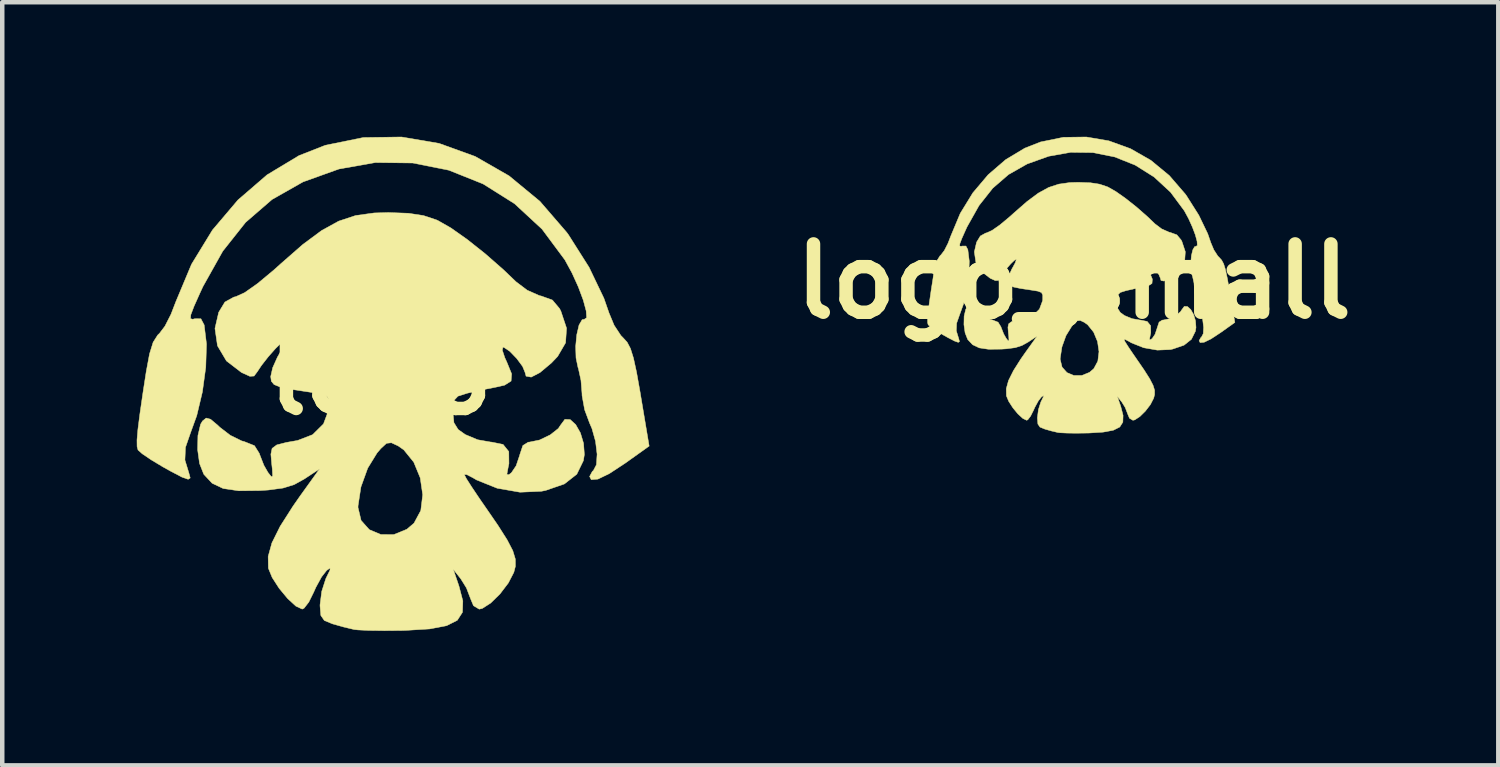
<source format=kicad_pcb>
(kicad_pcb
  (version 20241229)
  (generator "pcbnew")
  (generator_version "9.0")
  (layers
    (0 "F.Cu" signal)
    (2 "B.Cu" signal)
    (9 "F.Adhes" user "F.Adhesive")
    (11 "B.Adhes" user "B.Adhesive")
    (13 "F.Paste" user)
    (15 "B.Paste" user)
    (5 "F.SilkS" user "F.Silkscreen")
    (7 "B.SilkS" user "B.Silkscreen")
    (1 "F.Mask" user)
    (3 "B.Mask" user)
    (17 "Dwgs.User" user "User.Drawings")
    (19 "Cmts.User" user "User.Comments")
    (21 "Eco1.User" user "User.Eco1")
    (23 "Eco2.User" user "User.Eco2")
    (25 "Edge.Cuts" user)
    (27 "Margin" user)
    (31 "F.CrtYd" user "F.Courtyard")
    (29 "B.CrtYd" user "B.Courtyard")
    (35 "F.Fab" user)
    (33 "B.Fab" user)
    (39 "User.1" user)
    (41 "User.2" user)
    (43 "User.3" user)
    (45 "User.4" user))
  (footprint "logo"
    (layer "F.Cu")
    (at 5.442 5.37)
    (property "Reference" "logo" (at 0 0 0) (layer "F.SilkS") (effects (font (size 1.524 1.524) (thickness 0.3))))
    (attr through_hole)
    (fp_poly (pts (xy 1.301 -5.222) (xy 2.106 -4.931) (xy 2.861 -4.498) (xy 3.548 -3.931) (xy 4.148 -3.236) (xy 4.189 -3.179) (xy 4.645 -2.459) (xy 4.976 -1.768) (xy 5.09 -1.44) (xy 5.204 -1.166) (xy 5.354 -0.938) (xy 5.407 -0.884) (xy 5.495 -0.787) (xy 5.568 -0.648) (xy 5.635 -0.435) (xy 5.704 -0.119) (xy 5.784 0.33) (xy 5.797 0.409) (xy 5.985 1.528) (xy 5.454 1.907) (xy 5.098 2.141) (xy 4.842 2.265) (xy 4.693 2.277) (xy 4.657 2.206) (xy 4.718 2.092) (xy 4.741 2.074) (xy 4.809 1.944) (xy 4.824 1.709) (xy 4.789 1.421) (xy 4.709 1.136) (xy 4.657 1.016) (xy 4.546 0.718) (xy 4.489 0.405) (xy 4.487 0.348) (xy 4.464 0.061) (xy 4.408 -0.197) (xy 4.399 -0.222) (xy 4.354 -0.436) (xy 4.346 -0.696) (xy 4.371 -0.957) (xy 4.421 -1.171) (xy 4.491 -1.291) (xy 4.537 -1.298) (xy 4.591 -1.334) (xy 4.58 -1.488) (xy 4.515 -1.728) (xy 4.406 -2.02) (xy 4.264 -2.333) (xy 4.105 -2.625) (xy 3.596 -3.31) (xy 2.982 -3.878) (xy 2.282 -4.318) (xy 1.518 -4.624) (xy 0.711 -4.785) (xy -0.12 -4.795) (xy -0.933 -4.651) (xy -1.735 -4.363) (xy -2.424 -3.972) (xy -3.015 -3.461) (xy -3.524 -2.819) (xy -3.966 -2.03) (xy -4.028 -1.896) (xy -4.167 -1.585) (xy -4.237 -1.4) (xy -4.244 -1.314) (xy -4.194 -1.3) (xy -4.152 -1.311) (xy -4.012 -1.312) (xy -3.939 -1.174) (xy -3.938 -1.169) (xy -3.887 -0.748) (xy -3.903 -0.232) (xy -3.978 0.319) (xy -4.104 0.848) (xy -4.239 1.22) (xy -4.356 1.557) (xy -4.368 1.84) (xy -4.277 2.138) (xy -4.25 2.239) (xy -4.295 2.269) (xy -4.433 2.221) (xy -4.683 2.09) (xy -4.859 1.992) (xy -5.12 1.835) (xy -5.321 1.699) (xy -5.414 1.616) (xy -5.435 1.539) (xy -5.437 1.394) (xy -5.417 1.159) (xy -5.373 0.814) (xy -5.304 0.339) (xy -5.23 -0.139) (xy -5.157 -0.529) (xy -5.077 -0.787) (xy -4.975 -0.948) (xy -4.936 -0.985) (xy -4.814 -1.146) (xy -4.679 -1.411) (xy -4.57 -1.693) (xy -4.221 -2.527) (xy -3.754 -3.29) (xy -3.185 -3.961) (xy -2.536 -4.521) (xy -1.824 -4.95) (xy -1.238 -5.18) (xy -0.389 -5.353) (xy 0.463 -5.365) (xy 1.301 -5.222)) (stroke (width 0.01) (type solid)) (fill yes) (layer "F.SilkS"))
    (fp_poly (pts (xy 0.616 -3.664) (xy 0.954 -3.612) (xy 1.24 -3.517) (xy 1.277 -3.5) (xy 1.563 -3.337) (xy 1.927 -3.08) (xy 2.33 -2.76) (xy 2.734 -2.406) (xy 3.014 -2.138) (xy 3.265 -1.948) (xy 3.539 -1.827) (xy 3.58 -1.818) (xy 3.828 -1.728) (xy 3.987 -1.538) (xy 4.016 -1.482) (xy 4.143 -1.101) (xy 4.121 -0.775) (xy 3.944 -0.471) (xy 3.806 -0.326) (xy 3.548 -0.11) (xy 3.354 -0.01) (xy 3.24 -0.031) (xy 3.217 -0.115) (xy 3.162 -0.249) (xy 3.031 -0.426) (xy 2.875 -0.587) (xy 2.745 -0.674) (xy 2.724 -0.677) (xy 2.71 -0.611) (xy 2.766 -0.443) (xy 2.812 -0.342) (xy 2.918 -0.082) (xy 2.906 0.078) (xy 2.761 0.17) (xy 2.558 0.216) (xy 2.247 0.277) (xy 1.932 0.348) (xy 1.926 0.35) (xy 1.721 0.415) (xy 1.631 0.511) (xy 1.609 0.701) (xy 1.609 0.767) (xy 1.631 1.006) (xy 1.726 1.159) (xy 1.884 1.271) (xy 2.161 1.387) (xy 2.456 1.439) (xy 2.471 1.439) (xy 2.727 1.491) (xy 2.855 1.65) (xy 2.858 1.92) (xy 2.839 2.011) (xy 2.812 2.158) (xy 2.853 2.168) (xy 2.913 2.123) (xy 3.018 1.968) (xy 3.095 1.74) (xy 3.098 1.727) (xy 3.168 1.516) (xy 3.288 1.441) (xy 3.316 1.439) (xy 3.54 1.393) (xy 3.779 1.278) (xy 3.96 1.135) (xy 4.009 1.061) (xy 4.105 0.932) (xy 4.224 0.937) (xy 4.346 1.048) (xy 4.452 1.234) (xy 4.522 1.467) (xy 4.54 1.717) (xy 4.518 1.854) (xy 4.371 2.156) (xy 4.094 2.373) (xy 3.677 2.517) (xy 3.582 2.536) (xy 3.105 2.557) (xy 2.596 2.468) (xy 2.137 2.284) (xy 2.053 2.234) (xy 1.915 2.163) (xy 1.863 2.165) (xy 1.908 2.253) (xy 2.031 2.445) (xy 2.208 2.709) (xy 2.317 2.866) (xy 2.613 3.296) (xy 2.818 3.619) (xy 2.944 3.861) (xy 3.001 4.049) (xy 3.002 4.209) (xy 2.967 4.345) (xy 2.844 4.582) (xy 2.659 4.825) (xy 2.451 5.029) (xy 2.264 5.149) (xy 2.195 5.165) (xy 2.067 5.088) (xy 2.002 4.932) (xy 1.91 4.691) (xy 1.783 4.487) (xy 1.616 4.276) (xy 1.743 4.649) (xy 1.83 4.982) (xy 1.822 5.234) (xy 1.706 5.414) (xy 1.467 5.534) (xy 1.091 5.606) (xy 0.563 5.638) (xy 0.466 5.641) (xy 0.08 5.644) (xy -0.262 5.64) (xy -0.511 5.628) (xy -0.593 5.619) (xy -0.828 5.563) (xy -1.079 5.492) (xy -1.259 5.418) (xy -1.337 5.305) (xy -1.355 5.092) (xy -1.355 5.069) (xy -1.317 4.769) (xy -1.226 4.485) (xy -1.215 4.462) (xy -1.132 4.292) (xy -1.131 4.247) (xy -1.208 4.302) (xy -1.32 4.445) (xy -1.447 4.677) (xy -1.497 4.789) (xy -1.606 5.009) (xy -1.711 5.144) (xy -1.752 5.164) (xy -1.893 5.098) (xy -2.078 4.928) (xy -2.267 4.7) (xy -2.422 4.46) (xy -2.506 4.255) (xy -2.507 4.249) (xy -2.512 3.99) (xy -2.428 3.687) (xy -2.244 3.317) (xy -1.976 2.897) (xy -0.508 2.897) (xy -0.439 3.187) (xy -0.256 3.392) (xy 0.001 3.5) (xy 0.293 3.501) (xy 0.581 3.383) (xy 0.741 3.247) (xy 0.892 2.966) (xy 0.935 2.614) (xy 0.88 2.238) (xy 0.736 1.888) (xy 0.514 1.613) (xy 0.387 1.524) (xy 0.236 1.454) (xy 0.128 1.466) (xy 0.002 1.582) (xy -0.083 1.681) (xy -0.291 2.019) (xy -0.443 2.44) (xy -0.507 2.859) (xy -0.508 2.897) (xy -1.976 2.897) (xy -1.952 2.86) (xy -1.805 2.649) (xy -1.365 2.037) (xy -1.703 2.26) (xy -1.931 2.387) (xy -2.179 2.464) (xy -2.509 2.508) (xy -2.693 2.52) (xy -3.169 2.525) (xy -3.515 2.474) (xy -3.761 2.357) (xy -3.941 2.164) (xy -3.949 2.153) (xy -4.042 1.916) (xy -4.085 1.607) (xy -4.078 1.293) (xy -4.019 1.042) (xy -3.976 0.969) (xy -3.894 0.903) (xy -3.797 0.929) (xy -3.639 1.061) (xy -3.593 1.106) (xy -3.356 1.288) (xy -3.104 1.412) (xy -3.04 1.43) (xy -2.817 1.519) (xy -2.708 1.693) (xy -2.703 1.711) (xy -2.607 1.957) (xy -2.516 2.116) (xy -2.441 2.212) (xy -2.412 2.197) (xy -2.419 2.047) (xy -2.433 1.919) (xy -2.451 1.709) (xy -2.424 1.579) (xy -2.32 1.502) (xy -2.106 1.447) (xy -1.855 1.403) (xy -1.521 1.274) (xy -1.278 1.034) (xy -1.161 0.721) (xy -1.156 0.667) (xy -1.156 0.506) (xy -1.203 0.416) (xy -1.336 0.365) (xy -1.596 0.323) (xy -1.609 0.321) (xy -1.994 0.263) (xy -2.241 0.212) (xy -2.38 0.156) (xy -2.441 0.082) (xy -2.455 -0.021) (xy -2.455 -0.023) (xy -2.411 -0.219) (xy -2.305 -0.456) (xy -2.281 -0.496) (xy -2.179 -0.685) (xy -2.14 -0.803) (xy -2.143 -0.817) (xy -2.212 -0.78) (xy -2.346 -0.649) (xy -2.508 -0.466) (xy -2.661 -0.27) (xy -2.755 -0.129) (xy -2.826 -0.034) (xy -2.92 -0.028) (xy -3.097 -0.109) (xy -3.109 -0.115) (xy -3.442 -0.371) (xy -3.642 -0.709) (xy -3.698 -1.096) (xy -3.615 -1.455) (xy -3.476 -1.685) (xy -3.278 -1.794) (xy -3.231 -1.805) (xy -3.036 -1.894) (xy -2.748 -2.097) (xy -2.386 -2.398) (xy -2.227 -2.541) (xy -1.739 -2.968) (xy -1.321 -3.278) (xy -0.94 -3.488) (xy -0.56 -3.614) (xy -0.147 -3.671) (xy 0.169 -3.68) (xy 0.616 -3.664)) (stroke (width 0.01) (type solid)) (fill yes) (layer "F.SilkS")))
  (footprint "logo_small"
    (layer "F.Cu")
    (at 20.898 3.224)
    (property "Reference" "logo_small" (at 0 0 0) (layer "F.SilkS") (effects (font (size 1.524 1.524) (thickness 0.3))))
    (attr through_hole)
    (fp_poly (pts (xy 0.781 -3.133) (xy 1.264 -2.958) (xy 1.717 -2.699) (xy 2.129 -2.359) (xy 2.489 -1.942) (xy 2.513 -1.908) (xy 2.787 -1.475) (xy 2.986 -1.061) (xy 3.054 -0.864) (xy 3.123 -0.7) (xy 3.212 -0.563) (xy 3.244 -0.531) (xy 3.297 -0.472) (xy 3.341 -0.389) (xy 3.381 -0.261) (xy 3.422 -0.071) (xy 3.47 0.198) (xy 3.478 0.245) (xy 3.591 0.917) (xy 3.272 1.144) (xy 3.059 1.284) (xy 2.905 1.359) (xy 2.816 1.366) (xy 2.794 1.324) (xy 2.831 1.255) (xy 2.845 1.245) (xy 2.886 1.167) (xy 2.894 1.025) (xy 2.873 0.853) (xy 2.825 0.681) (xy 2.794 0.61) (xy 2.728 0.431) (xy 2.694 0.243) (xy 2.692 0.209) (xy 2.679 0.036) (xy 2.645 -0.118) (xy 2.639 -0.133) (xy 2.612 -0.261) (xy 2.608 -0.418) (xy 2.622 -0.574) (xy 2.653 -0.703) (xy 2.694 -0.774) (xy 2.722 -0.779) (xy 2.754 -0.8) (xy 2.748 -0.893) (xy 2.709 -1.037) (xy 2.643 -1.212) (xy 2.558 -1.4) (xy 2.463 -1.575) (xy 2.158 -1.986) (xy 1.789 -2.327) (xy 1.369 -2.591) (xy 0.911 -2.774) (xy 0.426 -2.871) (xy -0.072 -2.877) (xy -0.56 -2.79) (xy -1.041 -2.618) (xy -1.455 -2.383) (xy -1.809 -2.077) (xy -2.114 -1.691) (xy -2.38 -1.218) (xy -2.417 -1.138) (xy -2.5 -0.951) (xy -2.542 -0.84) (xy -2.546 -0.789) (xy -2.516 -0.78) (xy -2.491 -0.787) (xy -2.407 -0.787) (xy -2.363 -0.704) (xy -2.363 -0.701) (xy -2.332 -0.449) (xy -2.342 -0.139) (xy -2.387 0.192) (xy -2.462 0.509) (xy -2.543 0.732) (xy -2.614 0.934) (xy -2.621 1.104) (xy -2.566 1.283) (xy -2.55 1.344) (xy -2.577 1.361) (xy -2.66 1.332) (xy -2.81 1.254) (xy -2.915 1.195) (xy -3.072 1.101) (xy -3.192 1.019) (xy -3.249 0.969) (xy -3.261 0.924) (xy -3.262 0.836) (xy -3.25 0.695) (xy -3.224 0.488) (xy -3.183 0.203) (xy -3.138 -0.083) (xy -3.094 -0.317) (xy -3.046 -0.472) (xy -2.985 -0.569) (xy -2.962 -0.591) (xy -2.888 -0.688) (xy -2.807 -0.847) (xy -2.742 -1.016) (xy -2.533 -1.516) (xy -2.252 -1.974) (xy -1.911 -2.377) (xy -1.521 -2.713) (xy -1.094 -2.97) (xy -0.743 -3.108) (xy -0.234 -3.212) (xy 0.278 -3.219) (xy 0.781 -3.133)) (stroke (width 0.01) (type solid)) (fill yes) (layer "F.SilkS"))
    (fp_poly (pts (xy 0.37 -2.198) (xy 0.572 -2.167) (xy 0.744 -2.11) (xy 0.766 -2.1) (xy 0.938 -2.002) (xy 1.156 -1.848) (xy 1.398 -1.656) (xy 1.64 -1.444) (xy 1.808 -1.283) (xy 1.959 -1.169) (xy 2.124 -1.096) (xy 2.148 -1.091) (xy 2.297 -1.037) (xy 2.392 -0.923) (xy 2.41 -0.889) (xy 2.486 -0.66) (xy 2.473 -0.465) (xy 2.366 -0.282) (xy 2.284 -0.195) (xy 2.129 -0.066) (xy 2.012 -0.006) (xy 1.944 -0.018) (xy 1.93 -0.069) (xy 1.897 -0.149) (xy 1.819 -0.255) (xy 1.725 -0.352) (xy 1.647 -0.404) (xy 1.634 -0.406) (xy 1.626 -0.367) (xy 1.659 -0.266) (xy 1.687 -0.205) (xy 1.751 -0.049) (xy 1.743 0.047) (xy 1.656 0.102) (xy 1.535 0.13) (xy 1.348 0.166) (xy 1.159 0.209) (xy 1.156 0.21) (xy 1.033 0.249) (xy 0.979 0.307) (xy 0.965 0.42) (xy 0.965 0.46) (xy 0.978 0.604) (xy 1.036 0.695) (xy 1.13 0.763) (xy 1.296 0.832) (xy 1.474 0.863) (xy 1.482 0.863) (xy 1.636 0.895) (xy 1.713 0.99) (xy 1.715 1.152) (xy 1.703 1.206) (xy 1.687 1.295) (xy 1.712 1.301) (xy 1.748 1.274) (xy 1.811 1.181) (xy 1.857 1.044) (xy 1.859 1.036) (xy 1.901 0.91) (xy 1.973 0.864) (xy 1.989 0.864) (xy 2.124 0.836) (xy 2.267 0.767) (xy 2.376 0.681) (xy 2.405 0.637) (xy 2.463 0.559) (xy 2.534 0.562) (xy 2.607 0.629) (xy 2.671 0.74) (xy 2.713 0.88) (xy 2.724 1.03) (xy 2.711 1.113) (xy 2.622 1.293) (xy 2.457 1.424) (xy 2.206 1.51) (xy 2.149 1.522) (xy 1.863 1.534) (xy 1.558 1.481) (xy 1.282 1.371) (xy 1.232 1.341) (xy 1.149 1.298) (xy 1.118 1.299) (xy 1.145 1.352) (xy 1.218 1.467) (xy 1.325 1.625) (xy 1.39 1.719) (xy 1.568 1.978) (xy 1.691 2.172) (xy 1.766 2.317) (xy 1.801 2.429) (xy 1.801 2.525) (xy 1.78 2.607) (xy 1.707 2.749) (xy 1.595 2.895) (xy 1.471 3.017) (xy 1.358 3.09) (xy 1.317 3.099) (xy 1.24 3.053) (xy 1.201 2.959) (xy 1.146 2.815) (xy 1.07 2.692) (xy 0.969 2.565) (xy 1.046 2.789) (xy 1.098 2.989) (xy 1.093 3.14) (xy 1.024 3.249) (xy 0.88 3.321) (xy 0.654 3.363) (xy 0.338 3.383) (xy 0.279 3.384) (xy 0.048 3.387) (xy -0.157 3.384) (xy -0.306 3.377) (xy -0.356 3.371) (xy -0.497 3.338) (xy -0.648 3.295) (xy -0.755 3.251) (xy -0.802 3.183) (xy -0.813 3.055) (xy -0.813 3.042) (xy -0.79 2.861) (xy -0.736 2.691) (xy -0.729 2.677) (xy -0.679 2.575) (xy -0.678 2.548) (xy -0.725 2.581) (xy -0.792 2.667) (xy -0.868 2.806) (xy -0.898 2.873) (xy -0.964 3.005) (xy -1.026 3.086) (xy -1.051 3.099) (xy -1.136 3.059) (xy -1.247 2.957) (xy -1.36 2.82) (xy -1.453 2.676) (xy -1.504 2.553) (xy -1.504 2.549) (xy -1.507 2.394) (xy -1.457 2.212) (xy -1.346 1.99) (xy -1.186 1.738) (xy -0.305 1.738) (xy -0.263 1.912) (xy -0.154 2.035) (xy 0.000477 2.1) (xy 0.176 2.1) (xy 0.349 2.03) (xy 0.445 1.948) (xy 0.535 1.78) (xy 0.561 1.568) (xy 0.528 1.343) (xy 0.441 1.133) (xy 0.308 0.968) (xy 0.232 0.914) (xy 0.142 0.872) (xy 0.077 0.88) (xy 0.001 0.949) (xy -0.05 1.008) (xy -0.175 1.211) (xy -0.266 1.464) (xy -0.304 1.715) (xy -0.305 1.738) (xy -1.186 1.738) (xy -1.171 1.716) (xy -1.083 1.59) (xy -0.819 1.222) (xy -1.022 1.356) (xy -1.159 1.432) (xy -1.307 1.479) (xy -1.505 1.505) (xy -1.616 1.512) (xy -1.901 1.515) (xy -2.109 1.484) (xy -2.257 1.414) (xy -2.365 1.299) (xy -2.369 1.292) (xy -2.425 1.15) (xy -2.451 0.964) (xy -2.447 0.776) (xy -2.411 0.625) (xy -2.385 0.582) (xy -2.336 0.542) (xy -2.278 0.557) (xy -2.184 0.637) (xy -2.156 0.664) (xy -2.014 0.773) (xy -1.863 0.847) (xy -1.824 0.858) (xy -1.69 0.911) (xy -1.625 1.016) (xy -1.622 1.027) (xy -1.564 1.174) (xy -1.51 1.269) (xy -1.465 1.327) (xy -1.447 1.318) (xy -1.451 1.228) (xy -1.46 1.151) (xy -1.47 1.025) (xy -1.454 0.948) (xy -1.392 0.901) (xy -1.263 0.868) (xy -1.113 0.842) (xy -0.913 0.764) (xy -0.767 0.621) (xy -0.697 0.433) (xy -0.694 0.4) (xy -0.694 0.304) (xy -0.722 0.25) (xy -0.802 0.219) (xy -0.957 0.194) (xy -0.965 0.193) (xy -1.196 0.158) (xy -1.344 0.127) (xy -1.428 0.094) (xy -1.465 0.049) (xy -1.473 -0.013) (xy -1.473 -0.014) (xy -1.447 -0.131) (xy -1.383 -0.274) (xy -1.369 -0.298) (xy -1.308 -0.411) (xy -1.284 -0.482) (xy -1.286 -0.49) (xy -1.327 -0.468) (xy -1.408 -0.39) (xy -1.505 -0.279) (xy -1.596 -0.162) (xy -1.653 -0.077) (xy -1.696 -0.02) (xy -1.752 -0.017) (xy -1.858 -0.065) (xy -1.866 -0.069) (xy -2.065 -0.223) (xy -2.185 -0.425) (xy -2.219 -0.657) (xy -2.169 -0.873) (xy -2.085 -1.011) (xy -1.967 -1.076) (xy -1.939 -1.083) (xy -1.822 -1.137) (xy -1.649 -1.258) (xy -1.432 -1.439) (xy -1.336 -1.525) (xy -1.043 -1.781) (xy -0.793 -1.967) (xy -0.564 -2.093) (xy -0.336 -2.168) (xy -0.088 -2.203) (xy 0.102 -2.208) (xy 0.37 -2.198)) (stroke (width 0.01) (type solid)) (fill yes) (layer "F.SilkS")))
  (gr_rect
    (start -3 -3)
    (end 30.364 14.019)
    (stroke (width 0.1) (type default))
    (fill no)
    (layer "Edge.Cuts")))
</source>
